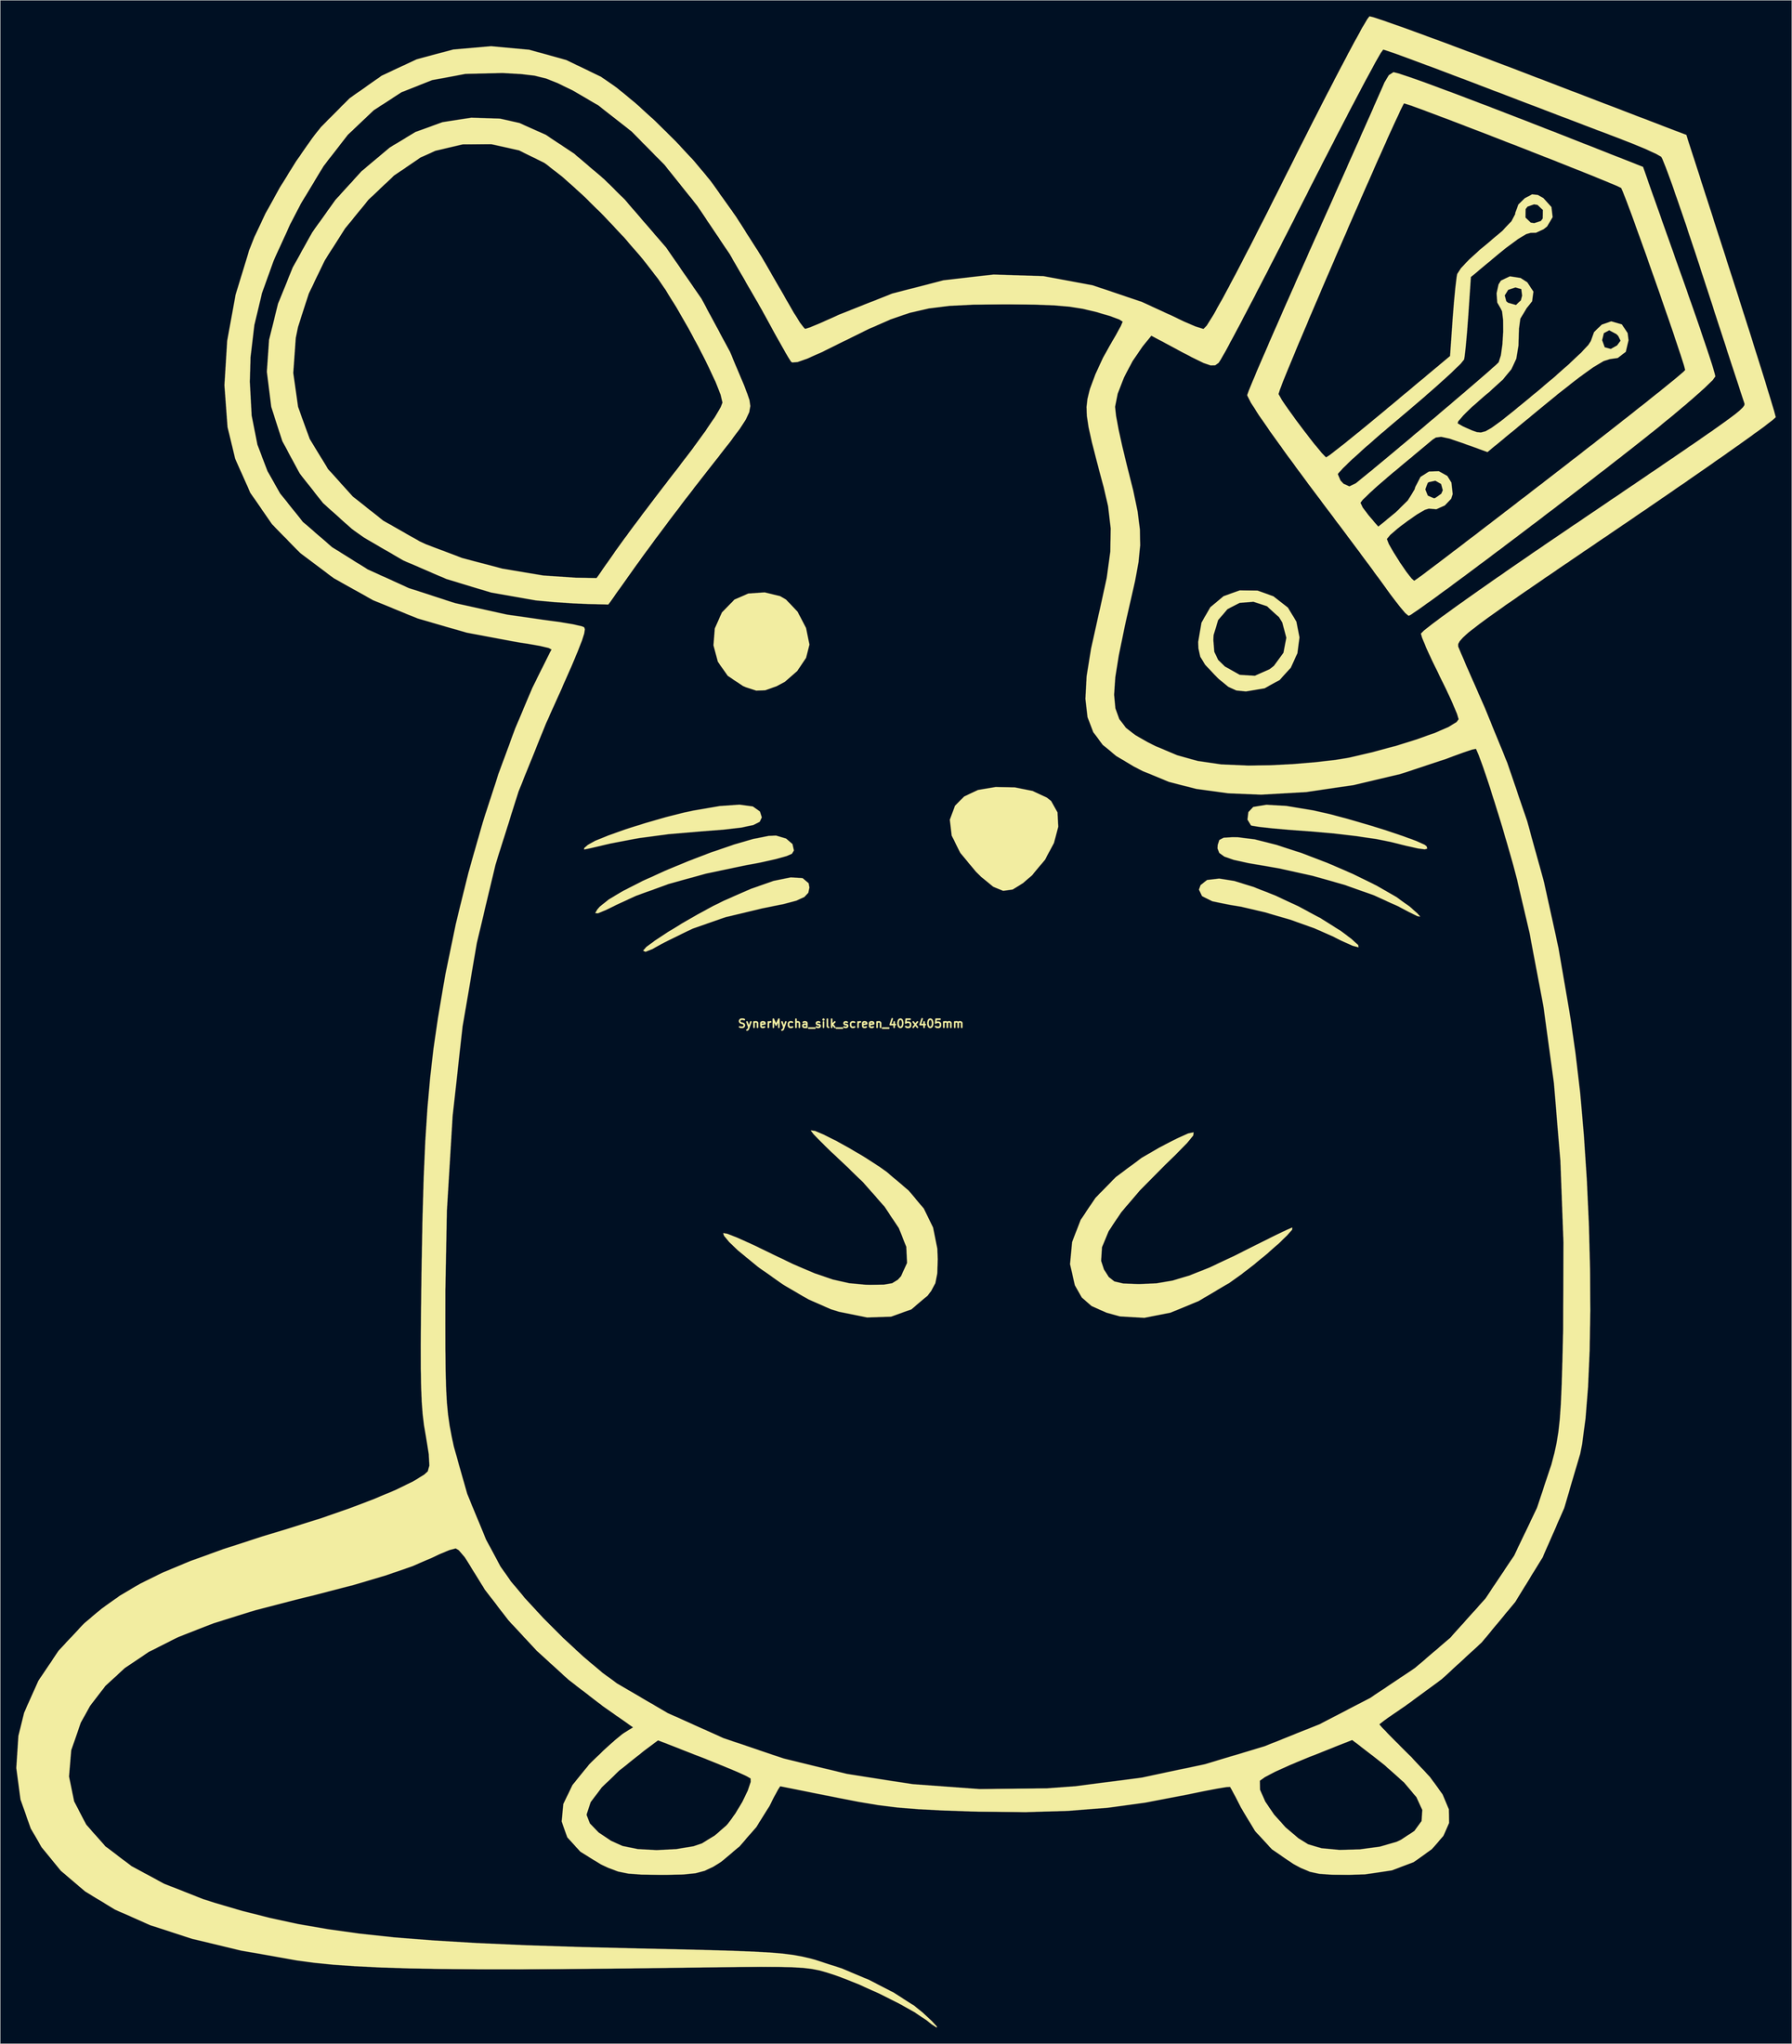
<source format=kicad_pcb>
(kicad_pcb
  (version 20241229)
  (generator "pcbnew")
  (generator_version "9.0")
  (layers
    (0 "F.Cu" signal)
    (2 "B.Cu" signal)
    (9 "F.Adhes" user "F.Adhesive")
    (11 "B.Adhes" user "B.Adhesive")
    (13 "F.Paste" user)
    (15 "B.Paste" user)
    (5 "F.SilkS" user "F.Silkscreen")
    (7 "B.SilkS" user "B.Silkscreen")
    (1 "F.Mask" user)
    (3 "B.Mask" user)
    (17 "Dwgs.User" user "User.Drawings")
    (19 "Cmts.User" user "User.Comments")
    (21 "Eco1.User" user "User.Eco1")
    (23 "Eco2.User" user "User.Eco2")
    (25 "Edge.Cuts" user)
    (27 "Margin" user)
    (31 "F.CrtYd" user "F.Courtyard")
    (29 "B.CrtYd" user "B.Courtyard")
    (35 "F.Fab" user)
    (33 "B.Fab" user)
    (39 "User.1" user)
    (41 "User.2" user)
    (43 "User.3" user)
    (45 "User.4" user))
  (footprint "SynerMycha_silk_screen_405x405mm"
    (layer "F.Cu")
    (at 155.978 188.239)
    (property "Reference" "SynerMycha_silk_screen_405x405mm" (at 0 0 0) (layer "F.SilkS") (effects (font (size 1.524 1.524) (thickness 0.3))))
    (attr through_hole)
    (fp_poly (pts (xy -13.242 -79.888) (xy -12.115 -79.245) (xy -9.948 -76.949) (xy -8.387 -73.95) (xy -7.763 -70.887) (xy -7.762 -70.786) (xy -8.379 -68.352) (xy -10.014 -65.911) (xy -12.336 -63.881) (xy -13.879 -63.051) (xy -16.022 -62.298) (xy -17.696 -62.238) (xy -19.667 -62.878) (xy -20.168 -63.092) (xy -23.019 -65.008) (xy -24.867 -67.643) (xy -25.681 -70.695) (xy -25.432 -73.863) (xy -24.091 -76.844) (xy -21.751 -79.249) (xy -19.165 -80.367) (xy -16.121 -80.58) (xy -13.242 -79.888)) (stroke (width 0.01) (type solid)) (fill yes) (layer "F.SilkS"))
    (fp_poly (pts (xy 30.622 -44.142) (xy 33.979 -43.469) (xy 36.672 -42.218) (xy 37.432 -41.591) (xy 38.609 -39.483) (xy 38.752 -36.783) (xy 37.951 -33.752) (xy 36.295 -30.65) (xy 33.873 -27.74) (xy 32.184 -26.265) (xy 30.232 -25.069) (xy 28.461 -24.822) (xy 26.586 -25.596) (xy 24.324 -27.457) (xy 23.369 -28.399) (xy 20.465 -31.893) (xy 18.836 -35.154) (xy 18.495 -38.11) (xy 19.452 -40.691) (xy 21.177 -42.451) (xy 23.759 -43.658) (xy 27.061 -44.213) (xy 30.622 -44.142)) (stroke (width 0.01) (type solid)) (fill yes) (layer "F.SilkS"))
    (fp_poly (pts (xy 68.884 -27.092) (xy 71.661 -26.65) (xy 75.264 -25.54) (xy 79.37 -23.913) (xy 83.654 -21.914) (xy 87.79 -19.694) (xy 91.454 -17.399) (xy 93.565 -15.829) (xy 94.81 -14.681) (xy 94.873 -14.254) (xy 93.784 -14.544) (xy 91.57 -15.548) (xy 90.173 -16.254) (xy 86.593 -17.838) (xy 82.163 -19.409) (xy 77.435 -20.799) (xy 72.961 -21.838) (xy 70.787 -22.201) (xy 67.547 -22.875) (xy 65.625 -23.831) (xy 65.05 -25.049) (xy 65.357 -25.888) (xy 66.584 -26.837) (xy 68.795 -27.094) (xy 68.884 -27.092)) (stroke (width 0.01) (type solid)) (fill yes) (layer "F.SilkS"))
    (fp_poly (pts (xy -18.333 -40.584) (xy -17.016 -39.66) (xy -16.973 -39.585) (xy -16.647 -38.541) (xy -17.026 -37.732) (xy -18.256 -37.112) (xy -20.482 -36.631) (xy -23.847 -36.241) (xy -27.827 -35.936) (xy -34.05 -35.414) (xy -39.531 -34.687) (xy -44.935 -33.656) (xy -48.683 -32.784) (xy -49.871 -32.545) (xy -49.825 -32.835) (xy -49.189 -33.38) (xy -47.776 -34.165) (xy -45.303 -35.177) (xy -42.08 -36.316) (xy -38.419 -37.479) (xy -34.631 -38.566) (xy -31.028 -39.474) (xy -29.487 -39.81) (xy -24.534 -40.658) (xy -20.828 -40.916) (xy -18.333 -40.584)) (stroke (width 0.01) (type solid)) (fill yes) (layer "F.SilkS"))
    (fp_poly (pts (xy -9.028 -27.187) (xy -7.905 -26.234) (xy -7.761 -25.447) (xy -7.96 -24.453) (xy -8.696 -23.665) (xy -10.184 -22.99) (xy -12.636 -22.332) (xy -16.264 -21.596) (xy -16.492 -21.553) (xy -23.334 -19.924) (xy -29.598 -17.746) (xy -34.802 -15.204) (xy -37.096 -13.936) (xy -38.383 -13.429) (xy -38.805 -13.628) (xy -38.806 -13.656) (xy -38.226 -14.321) (xy -36.662 -15.489) (xy -34.372 -16.999) (xy -31.616 -18.69) (xy -28.656 -20.401) (xy -25.75 -21.971) (xy -23.771 -22.956) (xy -18.644 -25.205) (xy -14.446 -26.665) (xy -11.224 -27.328) (xy -9.028 -27.187)) (stroke (width 0.01) (type solid)) (fill yes) (layer "F.SilkS"))
    (fp_poly (pts (xy -12.119 -34.589) (xy -10.918 -33.555) (xy -10.651 -32.362) (xy -11.019 -31.738) (xy -11.987 -31.317) (xy -14.034 -30.753) (xy -16.846 -30.125) (xy -19.638 -29.593) (xy -27.156 -28.019) (xy -34.109 -26.082) (xy -40.171 -23.878) (xy -43.195 -22.495) (xy -45.801 -21.222) (xy -47.291 -20.618) (xy -47.781 -20.661) (xy -47.388 -21.333) (xy -46.945 -21.844) (xy -45.24 -23.213) (xy -42.465 -24.857) (xy -38.886 -26.67) (xy -34.768 -28.544) (xy -30.377 -30.372) (xy -25.979 -32.047) (xy -21.837 -33.463) (xy -18.219 -34.511) (xy -15.39 -35.085) (xy -13.977 -35.144) (xy -12.119 -34.589)) (stroke (width 0.01) (type solid)) (fill yes) (layer "F.SilkS"))
    (fp_poly (pts (xy 72.319 -34.837) (xy 75.486 -34.424) (xy 79.538 -33.403) (xy 84.158 -31.9) (xy 89.03 -30.045) (xy 93.835 -27.965) (xy 98.257 -25.789) (xy 101.977 -23.644) (xy 104.422 -21.881) (xy 105.898 -20.593) (xy 106.413 -19.995) (xy 105.897 -20.088) (xy 104.277 -20.873) (xy 102.306 -21.912) (xy 97.813 -23.963) (xy 92.331 -25.914) (xy 86.282 -27.634) (xy 80.088 -28.995) (xy 78.317 -29.305) (xy 74.337 -29.998) (xy 71.563 -30.606) (xy 69.803 -31.212) (xy 68.86 -31.895) (xy 68.541 -32.738) (xy 68.572 -33.385) (xy 68.869 -34.304) (xy 69.668 -34.744) (xy 71.348 -34.852) (xy 72.319 -34.837)) (stroke (width 0.01) (type solid)) (fill yes) (layer "F.SilkS"))
    (fp_poly (pts (xy 81.371 -40.686) (xy 86.297 -39.874) (xy 86.637 -39.805) (xy 89.579 -39.125) (xy 92.981 -38.222) (xy 96.568 -37.182) (xy 100.062 -36.095) (xy 103.189 -35.047) (xy 105.67 -34.126) (xy 107.232 -33.421) (xy 107.614 -33.134) (xy 107.729 -32.713) (xy 107.253 -32.575) (xy 105.988 -32.744) (xy 103.733 -33.245) (xy 100.894 -33.948) (xy 98.149 -34.502) (xy 94.453 -35.054) (xy 90.266 -35.544) (xy 86.048 -35.913) (xy 85.546 -35.947) (xy 81.891 -36.213) (xy 78.728 -36.493) (xy 76.329 -36.758) (xy 74.968 -36.98) (xy 74.786 -37.043) (xy 74.13 -38.133) (xy 74.297 -39.536) (xy 75.195 -40.492) (xy 75.199 -40.494) (xy 77.662 -40.893) (xy 81.371 -40.686)) (stroke (width 0.01) (type solid)) (fill yes) (layer "F.SilkS"))
    (fp_poly (pts (xy 76.023 -80.912) (xy 78.979 -79.85) (xy 81.675 -77.745) (xy 83.273 -75.105) (xy 83.844 -72.181) (xy 83.461 -69.224) (xy 82.198 -66.486) (xy 80.127 -64.216) (xy 77.321 -62.667) (xy 73.853 -62.089) (xy 73.825 -62.089) (xy 72.05 -62.263) (xy 70.524 -62.952) (xy 68.773 -64.409) (xy 67.993 -65.171) (xy 66.233 -67.062) (xy 65.303 -68.553) (xy 64.952 -70.151) (xy 64.914 -71.345) (xy 64.976 -71.709) (xy 67.733 -71.709) (xy 67.912 -69.487) (xy 68.649 -67.965) (xy 69.904 -66.738) (xy 72.671 -65.176) (xy 75.509 -65.007) (xy 78.276 -66.229) (xy 79.076 -66.871) (xy 80.861 -69.312) (xy 81.396 -72.12) (xy 80.645 -74.948) (xy 80.001 -75.976) (xy 77.775 -77.995) (xy 75.232 -78.845) (xy 72.665 -78.629) (xy 70.371 -77.449) (xy 68.645 -75.409) (xy 67.781 -72.611) (xy 67.733 -71.709) (xy 64.976 -71.709) (xy 65.524 -74.92) (xy 67.186 -77.812) (xy 69.653 -79.874) (xy 72.68 -80.957) (xy 76.023 -80.912)) (stroke (width 0.01) (type solid)) (fill yes) (layer "F.SilkS"))
    (fp_poly (pts (xy 63.99 20.902) (xy 62.817 22.328) (xy 60.562 24.624) (xy 58.709 26.42) (xy 54.025 31.155) (xy 50.528 35.25) (xy 48.178 38.768) (xy 46.939 41.775) (xy 46.773 44.334) (xy 47.307 45.951) (xy 48.193 47.358) (xy 49.262 48.175) (xy 50.901 48.56) (xy 53.499 48.67) (xy 54.023 48.673) (xy 57.076 48.529) (xy 60.079 48.023) (xy 63.313 47.065) (xy 67.058 45.565) (xy 71.594 43.432) (xy 73.796 42.33) (xy 76.906 40.765) (xy 79.545 39.462) (xy 81.468 38.539) (xy 82.431 38.115) (xy 82.489 38.1) (xy 82.467 38.499) (xy 81.54 39.569) (xy 79.922 41.121) (xy 77.827 42.968) (xy 75.469 44.921) (xy 73.063 46.791) (xy 70.823 48.39) (xy 70.769 48.426) (xy 64.979 51.853) (xy 59.698 54.028) (xy 54.833 54.973) (xy 50.291 54.711) (xy 47.795 54.025) (xy 44.996 52.769) (xy 43.174 51.199) (xy 41.894 48.938) (xy 41.871 48.882) (xy 40.959 44.95) (xy 41.346 40.836) (xy 42.956 36.667) (xy 45.711 32.568) (xy 49.534 28.666) (xy 54.348 25.088) (xy 57.612 23.184) (xy 60.891 21.488) (xy 63.039 20.518) (xy 64.068 20.311) (xy 63.99 20.902)) (stroke (width 0.01) (type solid)) (fill yes) (layer "F.SilkS"))
    (fp_poly (pts (xy -6.691 20.058) (xy -4.993 20.777) (xy -2.672 21.951) (xy -0.009 23.426) (xy 2.713 25.048) (xy 5.213 26.662) (xy 6.703 27.722) (xy 10.78 31.175) (xy 13.621 34.554) (xy 15.364 38.098) (xy 16.15 42.044) (xy 16.228 44.008) (xy 16.141 46.698) (xy 15.783 48.509) (xy 15.007 49.967) (xy 14.32 50.842) (xy 11.293 53.401) (xy 7.53 54.756) (xy 3.032 54.906) (xy -2.201 53.853) (xy -3.71 53.372) (xy -7.905 51.542) (xy -12.59 48.816) (xy -17.404 45.422) (xy -21.138 42.35) (xy -22.737 40.816) (xy -23.709 39.64) (xy -23.858 39.145) (xy -23.101 39.278) (xy -21.348 39.951) (xy -18.858 41.056) (xy -15.89 42.485) (xy -15.773 42.543) (xy -10.816 44.933) (xy -6.774 46.662) (xy -3.366 47.822) (xy -0.314 48.504) (xy 2.664 48.798) (xy 3.598 48.824) (xy 6.14 48.788) (xy 7.718 48.507) (xy 8.774 47.857) (xy 9.368 47.206) (xy 10.509 44.724) (xy 10.368 41.71) (xy 8.956 38.191) (xy 6.288 34.193) (xy 2.375 29.741) (xy -1.153 26.316) (xy -3.616 24.011) (xy -5.617 22.061) (xy -6.97 20.654) (xy -7.489 19.976) (xy -7.484 19.949) (xy -6.691 20.058)) (stroke (width 0.01) (type solid)) (fill yes) (layer "F.SilkS"))
    (fp_poly (pts (xy -65.586 -169.115) (xy -61.937 -168.296) (xy -57.026 -166.095) (xy -51.731 -162.58) (xy -46.093 -157.783) (xy -42.252 -153.978) (xy -34.523 -145.017) (xy -27.937 -135.487) (xy -22.594 -125.541) (xy -19.985 -119.331) (xy -19.373 -117.758) (xy -18.948 -116.513) (xy -18.793 -115.412) (xy -18.992 -114.271) (xy -19.628 -112.905) (xy -20.785 -111.13) (xy -22.546 -108.762) (xy -24.996 -105.616) (xy -27.87 -101.953) (xy -30.827 -98.129) (xy -33.976 -93.981) (xy -36.992 -89.94) (xy -39.552 -86.438) (xy -40.189 -85.549) (xy -45.329 -78.317) (xy -49.299 -78.411) (xy -52.043 -78.537) (xy -55.46 -78.781) (xy -58.823 -79.089) (xy -58.905 -79.098) (xy -67.219 -80.551) (xy -75.6 -83.09) (xy -83.641 -86.558) (xy -90.937 -90.796) (xy -93.278 -92.461) (xy -98.653 -97.281) (xy -103.005 -102.802) (xy -106.256 -108.849) (xy -108.329 -115.247) (xy -109.118 -121.584) (xy -104.217 -121.584) (xy -103.328 -115.26) (xy -101.146 -109.251) (xy -97.726 -103.644) (xy -93.125 -98.529) (xy -87.399 -93.993) (xy -80.601 -90.125) (xy -79.46 -89.593) (xy -72.671 -87.018) (xy -65.146 -85.024) (xy -57.486 -83.746) (xy -51.459 -83.325) (xy -47.531 -83.256) (xy -43.955 -88.371) (xy -42.323 -90.639) (xy -40.043 -93.716) (xy -37.342 -97.301) (xy -34.444 -101.094) (xy -32.184 -104.017) (xy -29.497 -107.548) (xy -27.208 -110.709) (xy -25.443 -113.313) (xy -24.33 -115.176) (xy -23.989 -116.061) (xy -24.34 -117.537) (xy -25.305 -119.953) (xy -26.748 -123.051) (xy -28.537 -126.575) (xy -30.537 -130.265) (xy -32.615 -133.867) (xy -34.635 -137.121) (xy -36.026 -139.171) (xy -38.902 -142.889) (xy -42.39 -146.926) (xy -46.211 -150.996) (xy -50.088 -154.817) (xy -53.742 -158.105) (xy -56.894 -160.576) (xy -57.327 -160.873) (xy -62.007 -163.185) (xy -67.178 -164.339) (xy -72.506 -164.319) (xy -77.654 -163.111) (xy -80.408 -161.87) (xy -85.386 -158.482) (xy -90.16 -153.964) (xy -94.536 -148.596) (xy -98.319 -142.66) (xy -101.315 -136.437) (xy -103.33 -130.207) (xy -103.757 -128.134) (xy -104.217 -121.584) (xy -109.118 -121.584) (xy -109.147 -121.818) (xy -108.737 -127.796) (xy -107.052 -134.544) (xy -104.308 -141.312) (xy -100.677 -147.856) (xy -96.331 -153.934) (xy -91.44 -159.302) (xy -86.177 -163.718) (xy -81.365 -166.626) (xy -76.341 -168.449) (xy -70.925 -169.293) (xy -65.586 -169.115)) (stroke (width 0.01) (type solid)) (fill yes) (layer "F.SilkS"))
    (fp_poly (pts (xy 102.444 -177.542) (xy 104.684 -176.794) (xy 108.034 -175.592) (xy 112.394 -173.973) (xy 117.666 -171.976) (xy 123.749 -169.636) (xy 130.545 -166.992) (xy 135.586 -165.014) (xy 148.053 -160.105) (xy 149.096 -157.134) (xy 149.626 -155.632) (xy 150.547 -153.029) (xy 151.779 -149.551) (xy 153.24 -145.428) (xy 154.85 -140.887) (xy 155.856 -138.052) (xy 157.451 -133.516) (xy 158.875 -129.391) (xy 160.062 -125.874) (xy 160.947 -123.159) (xy 161.464 -121.442) (xy 161.572 -120.944) (xy 161.042 -120.23) (xy 159.559 -118.789) (xy 157.282 -116.76) (xy 154.371 -114.285) (xy 150.984 -111.502) (xy 149.418 -110.244) (xy 145.912 -107.47) (xy 141.903 -104.34) (xy 137.53 -100.959) (xy 132.932 -97.43) (xy 128.246 -93.857) (xy 123.612 -90.347) (xy 119.167 -87.001) (xy 115.05 -83.926) (xy 111.4 -81.225) (xy 108.355 -79.003) (xy 106.054 -77.363) (xy 104.635 -76.411) (xy 104.242 -76.209) (xy 103.613 -76.74) (xy 102.411 -78.16) (xy 100.862 -80.196) (xy 100.361 -80.889) (xy 98.756 -83.103) (xy 96.536 -86.118) (xy 93.938 -89.614) (xy 91.202 -93.267) (xy 89.764 -95.176) (xy 85.327 -101.093) (xy 81.571 -106.192) (xy 78.533 -110.418) (xy 76.252 -113.718) (xy 74.766 -116.036) (xy 74.112 -117.321) (xy 74.083 -117.477) (xy 74.146 -117.655) (xy 79.917 -117.655) (xy 79.919 -117.643) (xy 80.516 -116.599) (xy 81.702 -114.856) (xy 83.256 -112.707) (xy 84.957 -110.444) (xy 86.584 -108.359) (xy 87.914 -106.746) (xy 88.729 -105.896) (xy 88.847 -105.833) (xy 89.51 -106.266) (xy 91.086 -107.475) (xy 93.406 -109.326) (xy 96.305 -111.686) (xy 99.616 -114.422) (xy 100.657 -115.289) (xy 111.98 -124.746) (xy 112.478 -131.694) (xy 112.728 -134.836) (xy 112.989 -137.57) (xy 113.223 -139.504) (xy 113.328 -140.097) (xy 114.014 -141.157) (xy 115.558 -142.79) (xy 117.689 -144.722) (xy 118.924 -145.741) (xy 121.75 -148.137) (xy 123.457 -149.936) (xy 123.82 -150.628) (xy 126.081 -150.628) (xy 127.076 -149.68) (xy 127.722 -149.578) (xy 128.958 -150) (xy 129.307 -150.46) (xy 129.33 -152.055) (xy 128.335 -153.004) (xy 127.689 -153.106) (xy 126.453 -152.683) (xy 126.104 -152.224) (xy 126.081 -150.628) (xy 123.82 -150.628) (xy 124.147 -151.251) (xy 124.173 -151.502) (xy 124.757 -153.066) (xy 125.942 -154.229) (xy 127.323 -154.975) (xy 128.408 -154.855) (xy 129.469 -154.229) (xy 130.931 -152.603) (xy 131.15 -150.717) (xy 130.125 -148.965) (xy 129.5 -148.475) (xy 128.034 -147.796) (xy 127.045 -147.786) (xy 126.228 -147.555) (xy 124.621 -146.568) (xy 122.495 -145.003) (xy 121.101 -143.876) (xy 115.88 -139.52) (xy 115.403 -132.378) (xy 115.169 -129.243) (xy 114.926 -126.563) (xy 114.708 -124.701) (xy 114.599 -124.108) (xy 113.98 -123.338) (xy 112.434 -121.822) (xy 110.124 -119.71) (xy 107.216 -117.151) (xy 103.874 -114.294) (xy 102.645 -113.262) (xy 99.215 -110.356) (xy 96.185 -107.713) (xy 93.715 -105.48) (xy 91.963 -103.798) (xy 91.087 -102.815) (xy 91.017 -102.658) (xy 91.511 -101.5) (xy 92.075 -100.894) (xy 93.176 -100.384) (xy 94.368 -100.981) (xy 96 -102.291) (xy 98.33 -104.206) (xy 101.18 -106.576) (xy 104.369 -109.247) (xy 107.717 -112.067) (xy 111.045 -114.884) (xy 114.172 -117.546) (xy 116.919 -119.901) (xy 119.105 -121.796) (xy 120.552 -123.079) (xy 121.073 -123.586) (xy 121.485 -124.88) (xy 121.77 -126.94) (xy 121.913 -129.307) (xy 121.896 -131.522) (xy 121.701 -133.128) (xy 121.444 -133.648) (xy 120.817 -134.737) (xy 120.717 -136.083) (xy 122.209 -136.083) (xy 122.505 -134.983) (xy 122.84 -134.701) (xy 124.304 -134.283) (xy 125.229 -135.158) (xy 125.462 -136.051) (xy 125.31 -137.26) (xy 124.205 -137.583) (xy 122.857 -137.122) (xy 122.209 -136.083) (xy 120.717 -136.083) (xy 120.689 -136.464) (xy 121.052 -138.15) (xy 121.497 -138.853) (xy 123.175 -139.638) (xy 125.167 -139.333) (xy 126.415 -138.532) (xy 127.57 -136.788) (xy 127.326 -134.98) (xy 126.294 -133.703) (xy 125.125 -131.733) (xy 124.876 -129.889) (xy 124.773 -126.675) (xy 124.36 -124.263) (xy 123.44 -122.273) (xy 121.82 -120.325) (xy 119.303 -118.039) (xy 118.416 -117.29) (xy 116.164 -115.322) (xy 114.461 -113.671) (xy 113.508 -112.544) (xy 113.403 -112.171) (xy 114.389 -111.609) (xy 116.047 -110.878) (xy 116.176 -110.826) (xy 116.99 -110.54) (xy 117.747 -110.463) (xy 118.626 -110.705) (xy 119.807 -111.374) (xy 121.47 -112.578) (xy 123.794 -114.428) (xy 126.96 -117.03) (xy 128.347 -118.177) (xy 131.517 -120.86) (xy 134.27 -123.302) (xy 136.431 -125.339) (xy 137.828 -126.81) (xy 138.289 -127.529) (xy 138.358 -127.723) (xy 140.406 -127.723) (xy 140.886 -126.386) (xy 142.037 -126.081) (xy 143.203 -126.732) (xy 143.858 -127.622) (xy 143.428 -128.499) (xy 143.094 -128.847) (xy 141.74 -129.571) (xy 140.727 -129.035) (xy 140.406 -127.723) (xy 138.358 -127.723) (xy 138.893 -129.216) (xy 140.343 -130.625) (xy 142.094 -131.233) (xy 142.138 -131.233) (xy 144.101 -130.664) (xy 145.175 -129.043) (xy 145.344 -127.706) (xy 144.835 -125.551) (xy 143.323 -124.389) (xy 141.842 -124.178) (xy 140.689 -123.817) (xy 138.805 -122.697) (xy 136.11 -120.762) (xy 132.524 -117.955) (xy 129.505 -115.493) (xy 118.978 -106.809) (xy 114.427 -108.461) (xy 111.914 -109.316) (xy 110.337 -109.658) (xy 109.335 -109.532) (xy 108.737 -109.15) (xy 107.749 -108.324) (xy 105.949 -106.821) (xy 103.606 -104.87) (xy 101.424 -103.054) (xy 98.969 -100.964) (xy 96.978 -99.175) (xy 95.667 -97.889) (xy 95.25 -97.33) (xy 95.671 -96.449) (xy 96.706 -95.052) (xy 96.913 -94.807) (xy 98.576 -92.873) (xy 101.806 -95.52) (xy 104.075 -97.745) (xy 105.36 -99.815) (xy 105.366 -99.835) (xy 107.356 -99.835) (xy 107.833 -98.677) (xy 108.942 -98.179) (xy 109.174 -98.205) (xy 110.352 -99.018) (xy 110.64 -99.67) (xy 110.317 -100.858) (xy 109.229 -101.464) (xy 107.991 -101.192) (xy 107.809 -101.036) (xy 107.356 -99.835) (xy 105.366 -99.835) (xy 105.501 -100.284) (xy 106.464 -102.164) (xy 108.061 -103.167) (xy 109.87 -103.243) (xy 111.471 -102.339) (xy 112.238 -101.105) (xy 112.482 -98.957) (xy 112.184 -98.074) (xy 111.007 -96.836) (xy 109.416 -96.132) (xy 108.053 -96.245) (xy 108.038 -96.254) (xy 107.271 -96.022) (xy 105.797 -95.146) (xy 103.983 -93.894) (xy 102.199 -92.536) (xy 100.813 -91.34) (xy 100.194 -90.575) (xy 100.189 -90.534) (xy 100.54 -89.638) (xy 101.426 -88.073) (xy 102.596 -86.219) (xy 103.799 -84.46) (xy 104.786 -83.177) (xy 105.293 -82.748) (xy 105.942 -83.198) (xy 107.593 -84.425) (xy 110.13 -86.341) (xy 113.439 -88.858) (xy 117.406 -91.89) (xy 121.915 -95.35) (xy 126.854 -99.149) (xy 130.87 -102.245) (xy 136.046 -106.253) (xy 140.861 -110.004) (xy 145.203 -113.409) (xy 148.96 -116.381) (xy 152.02 -118.829) (xy 154.271 -120.665) (xy 155.602 -121.8) (xy 155.928 -122.141) (xy 155.702 -123.021) (xy 155.075 -124.996) (xy 154.126 -127.845) (xy 152.934 -131.345) (xy 151.574 -135.274) (xy 150.127 -139.411) (xy 148.67 -143.534) (xy 147.28 -147.42) (xy 146.037 -150.848) (xy 145.017 -153.596) (xy 144.3 -155.441) (xy 143.969 -156.156) (xy 143.225 -156.522) (xy 141.377 -157.305) (xy 138.619 -158.43) (xy 135.144 -159.823) (xy 131.146 -161.407) (xy 126.817 -163.108) (xy 122.352 -164.849) (xy 117.944 -166.557) (xy 113.787 -168.154) (xy 110.073 -169.567) (xy 106.997 -170.719) (xy 104.752 -171.536) (xy 103.532 -171.941) (xy 103.366 -171.967) (xy 102.662 -170.56) (xy 101.527 -168.121) (xy 100.031 -164.817) (xy 98.247 -160.81) (xy 96.244 -156.268) (xy 94.095 -151.354) (xy 91.871 -146.234) (xy 89.643 -141.073) (xy 87.482 -136.036) (xy 85.46 -131.288) (xy 83.647 -126.993) (xy 82.115 -123.318) (xy 80.935 -120.426) (xy 80.179 -118.483) (xy 79.917 -117.655) (xy 74.146 -117.655) (xy 74.363 -118.275) (xy 75.162 -120.224) (xy 76.422 -123.187) (xy 78.083 -127.029) (xy 80.086 -131.612) (xy 82.372 -136.802) (xy 84.883 -142.461) (xy 86.508 -146.107) (xy 89.157 -152.041) (xy 91.649 -157.631) (xy 93.921 -162.735) (xy 95.908 -167.208) (xy 97.546 -170.907) (xy 98.773 -173.688) (xy 99.524 -175.407) (xy 99.716 -175.86) (xy 100.552 -177.247) (xy 101.413 -177.8) (xy 102.444 -177.542)) (stroke (width 0.01) (type solid)) (fill yes) (layer "F.SilkS"))
    (fp_poly (pts (xy 97.751 -188.031) (xy 99.754 -187.368) (xy 102.797 -186.296) (xy 106.743 -184.865) (xy 111.454 -183.125) (xy 116.792 -181.127) (xy 122.62 -178.92) (xy 126.98 -177.255) (xy 156.145 -166.073) (xy 164.503 -140.099) (xy 166.361 -134.304) (xy 168.075 -128.918) (xy 169.597 -124.092) (xy 170.882 -119.977) (xy 171.881 -116.722) (xy 172.549 -114.478) (xy 172.838 -113.395) (xy 172.846 -113.33) (xy 172.276 -112.792) (xy 170.644 -111.543) (xy 168.061 -109.662) (xy 164.636 -107.225) (xy 160.478 -104.309) (xy 155.698 -100.993) (xy 150.405 -97.353) (xy 144.709 -93.466) (xy 142.886 -92.228) (xy 136.187 -87.681) (xy 130.568 -83.853) (xy 125.937 -80.676) (xy 122.203 -78.083) (xy 119.274 -76.004) (xy 117.059 -74.372) (xy 115.467 -73.118) (xy 114.406 -72.175) (xy 113.785 -71.475) (xy 113.512 -70.948) (xy 113.497 -70.528) (xy 113.549 -70.356) (xy 114.044 -69.169) (xy 114.994 -66.969) (xy 116.277 -64.033) (xy 117.773 -60.636) (xy 118.379 -59.267) (xy 122.685 -48.733) (xy 126.394 -37.843) (xy 129.565 -26.37) (xy 132.26 -14.084) (xy 134.538 -0.757) (xy 135.436 5.588) (xy 136.299 12.969) (xy 137.003 20.872) (xy 137.547 29.094) (xy 137.928 37.433) (xy 138.144 45.687) (xy 138.193 53.652) (xy 138.072 61.126) (xy 137.778 67.906) (xy 137.311 73.79) (xy 136.666 78.574) (xy 136.291 80.433) (xy 133.314 90.54) (xy 129.293 99.725) (xy 124.175 108.062) (xy 117.909 115.628) (xy 110.443 122.497) (xy 103.54 127.561) (xy 101.337 129.054) (xy 99.675 130.229) (xy 98.83 130.887) (xy 98.778 130.954) (xy 99.249 131.505) (xy 100.532 132.842) (xy 102.429 134.762) (xy 104.703 137.024) (xy 108.241 140.795) (xy 110.582 144.015) (xy 111.758 146.825) (xy 111.801 149.37) (xy 110.742 151.792) (xy 108.614 154.234) (xy 108.537 154.306) (xy 105.202 156.688) (xy 101.117 158.226) (xy 96.093 158.979) (xy 93.133 159.08) (xy 89.866 159.052) (xy 87.566 158.883) (xy 85.787 158.485) (xy 84.087 157.773) (xy 82.678 157.024) (xy 78.696 154.295) (xy 75.525 150.855) (xy 72.939 146.553) (xy 71.911 144.536) (xy 71.151 143.101) (xy 70.874 142.632) (xy 70.143 142.678) (xy 68.307 142.981) (xy 65.639 143.491) (xy 62.413 144.159) (xy 62.244 144.196) (xy 55.028 145.571) (xy 47.934 146.538) (xy 40.598 147.123) (xy 32.655 147.355) (xy 23.741 147.263) (xy 22.578 147.231) (xy 17.051 147.041) (xy 12.554 146.804) (xy 8.704 146.481) (xy 5.121 146.033) (xy 1.422 145.422) (xy -2.469 144.669) (xy -6.134 143.929) (xy -9.27 143.3) (xy -11.637 142.829) (xy -12.991 142.565) (xy -13.217 142.525) (xy -13.592 143.099) (xy -14.396 144.59) (xy -15.23 146.226) (xy -17.666 150.13) (xy -20.814 153.754) (xy -24.255 156.648) (xy -25.753 157.574) (xy -27.341 158.309) (xy -29.061 158.767) (xy -31.3 159.005) (xy -34.442 159.084) (xy -35.653 159.085) (xy -39.09 159.032) (xy -41.562 158.844) (xy -43.512 158.439) (xy -45.386 157.739) (xy -46.748 157.101) (xy -50.558 154.74) (xy -52.993 152.067) (xy -54.054 149.094) (xy -53.939 147.915) (xy -49.389 147.915) (xy -48.772 149.465) (xy -47.14 151.157) (xy -44.827 152.709) (xy -42.686 153.665) (xy -39.843 154.263) (xy -36.297 154.458) (xy -32.62 154.269) (xy -29.384 153.714) (xy -27.84 153.19) (xy -25.471 151.75) (xy -23.291 149.862) (xy -22.969 149.502) (xy -21.582 147.609) (xy -20.282 145.422) (xy -19.262 143.328) (xy -18.717 141.713) (xy -18.733 141.053) (xy -19.465 140.632) (xy -21.259 139.82) (xy -23.857 138.726) (xy -27.002 137.461) (xy -27.53 137.254) (xy -36.036 133.928) (xy -38.655 135.884) (xy -43.28 139.575) (xy -46.602 142.771) (xy -48.632 145.485) (xy -49.384 147.731) (xy -49.389 147.915) (xy -53.939 147.915) (xy -53.737 145.834) (xy -52.043 142.301) (xy -48.971 138.506) (xy -48.456 137.981) (xy -46.254 135.848) (xy -44.223 134.008) (xy -42.712 132.772) (xy -42.401 132.559) (xy -40.704 131.504) (xy -46.363 127.538) (xy -52.753 122.621) (xy -58.724 117.176) (xy -64.031 111.462) (xy -68.428 105.738) (xy -70.961 101.629) (xy -72.17 99.696) (xy -73.278 98.404) (xy -73.866 98.072) (xy -75.016 98.374) (xy -76.896 99.146) (xy -78.164 99.754) (xy -81.922 101.381) (xy -86.961 103.129) (xy -93.159 104.958) (xy -100.395 106.83) (xy -102.159 107.255) (xy -111.267 109.605) (xy -119.07 112.038) (xy -125.673 114.612) (xy -131.183 117.387) (xy -135.705 120.423) (xy -139.345 123.777) (xy -142.209 127.511) (xy -143.935 130.645) (xy -145.717 135.778) (xy -146.124 140.684) (xy -145.181 145.333) (xy -142.91 149.693) (xy -139.334 153.733) (xy -134.477 157.421) (xy -128.363 160.727) (xy -121.014 163.619) (xy -118.862 164.313) (xy -113.739 165.809) (xy -108.618 167.115) (xy -103.358 168.247) (xy -97.818 169.219) (xy -91.856 170.046) (xy -85.331 170.744) (xy -78.102 171.328) (xy -70.027 171.812) (xy -60.965 172.213) (xy -50.775 172.544) (xy -39.343 172.822) (xy -32.331 172.975) (xy -26.568 173.118) (xy -21.892 173.26) (xy -18.14 173.413) (xy -15.151 173.587) (xy -12.763 173.792) (xy -10.813 174.039) (xy -9.139 174.338) (xy -7.58 174.699) (xy -6.703 174.931) (xy -1.7 176.56) (xy 3.318 178.663) (xy 7.952 181.043) (xy 11.803 183.505) (xy 13.406 184.789) (xy 15.154 186.416) (xy 16.053 187.39) (xy 16.058 187.62) (xy 15.122 187.012) (xy 14.111 186.224) (xy 11.965 184.774) (xy 8.881 183.046) (xy 5.25 181.233) (xy 1.467 179.527) (xy -2.078 178.121) (xy -3.175 177.741) (xy -4.579 177.289) (xy -5.879 176.932) (xy -7.249 176.662) (xy -8.868 176.468) (xy -10.912 176.344) (xy -13.556 176.281) (xy -16.979 176.27) (xy -21.355 176.303) (xy -26.862 176.371) (xy -30.692 176.424) (xy -42.301 176.573) (xy -52.603 176.674) (xy -61.701 176.724) (xy -69.699 176.721) (xy -76.699 176.664) (xy -82.804 176.55) (xy -88.119 176.378) (xy -92.745 176.145) (xy -96.787 175.85) (xy -100.347 175.491) (xy -103.529 175.066) (xy -103.573 175.059) (xy -113.962 173.22) (xy -123.041 171.045) (xy -130.881 168.501) (xy -137.55 165.553) (xy -143.118 162.167) (xy -147.654 158.307) (xy -151.228 153.94) (xy -153.274 150.404) (xy -155.195 144.993) (xy -155.973 139.102) (xy -155.585 133.106) (xy -154.524 128.787) (xy -151.874 122.836) (xy -148.049 117.145) (xy -143.282 112.057) (xy -143.244 112.023) (xy -140.028 109.322) (xy -136.608 106.89) (xy -132.808 104.647) (xy -128.45 102.509) (xy -123.359 100.397) (xy -117.357 98.228) (xy -110.268 95.921) (xy -104.713 94.225) (xy -99.16 92.476) (xy -93.911 90.66) (xy -89.154 88.854) (xy -85.081 87.136) (xy -81.882 85.586) (xy -79.746 84.28) (xy -79.08 83.678) (xy -78.782 82.583) (xy -78.898 80.421) (xy -79.436 77.056) (xy -79.475 76.852) (xy -79.78 75.036) (xy -80.018 73.061) (xy -80.193 70.759) (xy -80.309 67.959) (xy -80.371 64.493) (xy -80.381 60.191) (xy -80.345 54.884) (xy -80.266 48.402) (xy -80.224 45.508) (xy -80.06 36.566) (xy -79.837 28.792) (xy -79.538 21.945) (xy -79.142 15.783) (xy -78.63 10.064) (xy -77.981 4.545) (xy -77.176 -1.015) (xy -76.197 -6.858) (xy -75.78 -9.172) (xy -73.847 -18.59) (xy -71.493 -28.151) (xy -68.801 -37.603) (xy -65.854 -46.691) (xy -62.734 -55.162) (xy -59.524 -62.761) (xy -56.307 -69.237) (xy -55.93 -69.916) (xy -56.467 -70.193) (xy -58.101 -70.578) (xy -60.531 -71.003) (xy -61.745 -71.182) (xy -71.772 -73.052) (xy -80.972 -75.715) (xy -89.279 -79.122) (xy -96.626 -83.224) (xy -102.947 -87.971) (xy -108.174 -93.315) (xy -112.241 -99.206) (xy -115.082 -105.595) (xy -116.496 -111.478) (xy -117.071 -119.3) (xy -117.031 -119.944) (xy -112.331 -119.944) (xy -111.99 -113.624) (xy -110.921 -108.175) (xy -109.018 -103.204) (xy -106.675 -99.074) (xy -102.431 -93.77) (xy -96.955 -89.03) (xy -90.323 -84.89) (xy -82.611 -81.386) (xy -73.897 -78.556) (xy -64.257 -76.437) (xy -57.503 -75.455) (xy -54.467 -75.051) (xy -51.96 -74.635) (xy -50.312 -74.266) (xy -49.857 -74.079) (xy -49.724 -73.696) (xy -49.845 -72.9) (xy -50.273 -71.554) (xy -51.065 -69.521) (xy -52.273 -66.665) (xy -53.952 -62.848) (xy -56.157 -57.933) (xy -56.989 -56.092) (xy -62.117 -43.382) (xy -66.418 -29.741) (xy -69.9 -15.126) (xy -72.569 0.504) (xy -74.433 17.19) (xy -75.499 34.976) (xy -75.782 49.742) (xy -75.793 55.99) (xy -75.78 61.029) (xy -75.733 65.062) (xy -75.64 68.291) (xy -75.492 70.919) (xy -75.276 73.147) (xy -74.983 75.178) (xy -74.602 77.215) (xy -74.218 79.022) (xy -71.7 87.907) (xy -68.185 96.414) (xy -65.497 101.432) (xy -63.588 104.163) (xy -60.821 107.479) (xy -57.462 111.113) (xy -53.777 114.798) (xy -50.033 118.266) (xy -46.494 121.251) (xy -43.739 123.281) (xy -34.27 128.819) (xy -23.824 133.514) (xy -12.584 137.325) (xy -0.733 140.21) (xy 11.545 142.129) (xy 24.066 143.04) (xy 36.648 142.903) (xy 41.981 142.515) (xy 49.735 141.502) (xy 76.44 141.502) (xy 76.476 143.169) (xy 77.437 145.367) (xy 79.1 147.806) (xy 81.244 150.193) (xy 83.648 152.237) (xy 85.423 153.336) (xy 87.969 154.104) (xy 91.371 154.423) (xy 95.155 154.314) (xy 98.849 153.8) (xy 101.978 152.903) (xy 102.811 152.524) (xy 105.329 150.857) (xy 106.665 149.018) (xy 106.797 146.938) (xy 105.704 144.549) (xy 103.363 141.78) (xy 99.752 138.563) (xy 97.888 137.089) (xy 93.698 133.864) (xy 85.246 137.223) (xy 82.039 138.555) (xy 79.334 139.787) (xy 77.391 140.794) (xy 76.472 141.447) (xy 76.44 141.502) (xy 49.735 141.502) (xy 54.373 140.896) (xy 66.199 138.389) (xy 77.337 135.039) (xy 87.67 130.895) (xy 97.077 126.004) (xy 105.438 120.413) (xy 111.99 114.804) (xy 118.567 107.484) (xy 123.97 99.405) (xy 128.221 90.528) (xy 130.922 82.413) (xy 131.475 80.301) (xy 131.91 78.333) (xy 132.247 76.288) (xy 132.504 73.942) (xy 132.701 71.073) (xy 132.857 67.458) (xy 132.993 62.876) (xy 133.125 57.15) (xy 133.185 40.885) (xy 132.617 25.626) (xy 131.395 11.101) (xy 129.489 -2.959) (xy 126.873 -16.827) (xy 124.543 -26.811) (xy 123.701 -29.99) (xy 122.664 -33.644) (xy 121.512 -37.519) (xy 120.327 -41.358) (xy 119.189 -44.908) (xy 118.178 -47.913) (xy 117.374 -50.119) (xy 116.859 -51.271) (xy 116.8 -51.349) (xy 116.104 -51.204) (xy 114.412 -50.645) (xy 112.038 -49.78) (xy 111.046 -49.403) (xy 102.668 -46.634) (xy 93.891 -44.57) (xy 85.099 -43.271) (xy 76.677 -42.796) (xy 70.539 -43.045) (xy 64.584 -43.853) (xy 59.444 -45.183) (xy 54.572 -47.19) (xy 52.878 -48.056) (xy 49.59 -50.022) (xy 47.079 -52.103) (xy 45.307 -54.466) (xy 44.239 -57.278) (xy 43.839 -60.707) (xy 43.881 -61.457) (xy 49.201 -61.457) (xy 49.44 -58.904) (xy 50.165 -56.903) (xy 51.4 -55.289) (xy 53.172 -53.902) (xy 55.506 -52.576) (xy 57.061 -51.804) (xy 60.931 -50.173) (xy 64.858 -49.07) (xy 69.196 -48.439) (xy 74.3 -48.221) (xy 78.669 -48.289) (xy 82.741 -48.5) (xy 86.879 -48.847) (xy 90.576 -49.281) (xy 93.133 -49.709) (xy 97.57 -50.74) (xy 101.856 -51.901) (xy 105.777 -53.118) (xy 109.121 -54.316) (xy 111.674 -55.419) (xy 113.222 -56.352) (xy 113.594 -56.896) (xy 113.292 -57.897) (xy 112.472 -59.852) (xy 111.267 -62.46) (xy 110.067 -64.911) (xy 108.642 -67.83) (xy 107.493 -70.338) (xy 106.751 -72.137) (xy 106.539 -72.881) (xy 107.106 -73.456) (xy 108.73 -74.733) (xy 111.296 -76.631) (xy 114.687 -79.066) (xy 118.789 -81.956) (xy 123.484 -85.219) (xy 128.658 -88.773) (xy 133.526 -92.082) (xy 140.661 -96.911) (xy 146.714 -101.012) (xy 151.773 -104.449) (xy 155.926 -107.283) (xy 159.261 -109.577) (xy 161.864 -111.395) (xy 163.824 -112.798) (xy 165.228 -113.85) (xy 166.163 -114.613) (xy 166.718 -115.15) (xy 166.98 -115.524) (xy 167.036 -115.797) (xy 166.977 -116.024) (xy 166.69 -116.873) (xy 166.021 -118.901) (xy 165.025 -121.943) (xy 163.755 -125.835) (xy 162.265 -130.412) (xy 160.608 -135.511) (xy 159.464 -139.036) (xy 157.712 -144.387) (xy 156.065 -149.32) (xy 154.58 -153.671) (xy 153.315 -157.276) (xy 152.326 -159.97) (xy 151.672 -161.591) (xy 151.453 -161.99) (xy 150.482 -162.548) (xy 148.501 -163.45) (xy 145.826 -164.559) (xy 143.581 -165.432) (xy 140.973 -166.422) (xy 137.313 -167.815) (xy 132.869 -169.509) (xy 127.906 -171.403) (xy 122.691 -173.395) (xy 118.311 -175.069) (xy 113.53 -176.889) (xy 109.173 -178.532) (xy 105.418 -179.932) (xy 102.438 -181.025) (xy 100.41 -181.747) (xy 99.507 -182.031) (xy 99.487 -182.033) (xy 99.054 -181.423) (xy 98.054 -179.677) (xy 96.554 -176.919) (xy 94.62 -173.275) (xy 92.317 -168.87) (xy 89.712 -163.828) (xy 86.87 -158.275) (xy 84.335 -153.282) (xy 81.323 -147.35) (xy 78.475 -141.785) (xy 75.861 -136.718) (xy 73.548 -132.281) (xy 71.606 -128.604) (xy 70.104 -125.82) (xy 69.109 -124.059) (xy 68.722 -123.472) (xy 68.088 -123.038) (xy 67.233 -123.012) (xy 65.882 -123.475) (xy 63.759 -124.51) (xy 61.903 -125.49) (xy 56.153 -128.567) (xy 54.525 -126.549) (xy 52.651 -123.819) (xy 51.029 -120.728) (xy 49.872 -117.743) (xy 49.392 -115.335) (xy 49.389 -115.182) (xy 49.565 -113.566) (xy 50.044 -110.962) (xy 50.75 -107.74) (xy 51.533 -104.561) (xy 52.765 -99.627) (xy 53.589 -95.686) (xy 54.02 -92.383) (xy 54.074 -89.363) (xy 53.766 -86.273) (xy 53.113 -82.759) (xy 52.592 -80.433) (xy 51.143 -74.049) (xy 50.078 -68.867) (xy 49.422 -64.724) (xy 49.201 -61.457) (xy 43.881 -61.457) (xy 44.071 -64.92) (xy 44.899 -70.083) (xy 46.287 -76.366) (xy 46.557 -77.477) (xy 47.816 -83.275) (xy 48.48 -88.166) (xy 48.562 -92.52) (xy 48.071 -96.706) (xy 47.259 -100.237) (xy 45.973 -105.025) (xy 45.042 -108.687) (xy 44.434 -111.456) (xy 44.116 -113.562) (xy 44.056 -115.237) (xy 44.223 -116.714) (xy 44.585 -118.223) (xy 44.709 -118.658) (xy 45.7 -121.35) (xy 47.129 -124.425) (xy 48.302 -126.556) (xy 49.555 -128.7) (xy 50.452 -130.36) (xy 50.8 -131.179) (xy 50.8 -131.183) (xy 50.171 -131.583) (xy 48.508 -132.2) (xy 46.145 -132.912) (xy 45.685 -133.038) (xy 43.337 -133.587) (xy 40.857 -133.974) (xy 37.938 -134.224) (xy 34.276 -134.36) (xy 29.565 -134.407) (xy 28.575 -134.408) (xy 22.973 -134.352) (xy 18.417 -134.127) (xy 14.547 -133.649) (xy 11.002 -132.834) (xy 7.419 -131.598) (xy 3.437 -129.857) (xy -1.306 -127.527) (xy -1.544 -127.406) (xy -5.381 -125.511) (xy -8.136 -124.273) (xy -9.945 -123.64) (xy -10.946 -123.559) (xy -11.179 -123.7) (xy -11.747 -124.598) (xy -12.838 -126.491) (xy -14.311 -129.129) (xy -16.025 -132.261) (xy -16.613 -133.35) (xy -22.64 -143.797) (xy -28.711 -152.841) (xy -34.832 -160.49) (xy -41.011 -166.752) (xy -47.253 -171.634) (xy -52.036 -174.423) (xy -54.821 -175.765) (xy -57.016 -176.636) (xy -59.118 -177.158) (xy -61.624 -177.454) (xy -65.03 -177.645) (xy -65.138 -177.65) (xy -72.032 -177.487) (xy -78.281 -176.311) (xy -83.971 -174.062) (xy -89.189 -170.679) (xy -94.02 -166.099) (xy -98.551 -160.262) (xy -102.867 -153.106) (xy -104.797 -149.369) (xy -107.886 -142.594) (xy -110.084 -136.451) (xy -111.489 -130.561) (xy -112.198 -124.546) (xy -112.331 -119.944) (xy -117.031 -119.944) (xy -116.56 -127.629) (xy -115.011 -136.131) (xy -112.471 -144.471) (xy -111.458 -147.047) (xy -109.403 -151.397) (xy -106.713 -156.26) (xy -103.699 -161.122) (xy -100.672 -165.469) (xy -99.04 -167.542) (xy -93.692 -172.919) (xy -87.682 -177.147) (xy -81.166 -180.197) (xy -74.302 -182.042) (xy -67.244 -182.653) (xy -60.15 -182.003) (xy -53.176 -180.063) (xy -46.679 -176.926) (xy -43.778 -174.913) (xy -40.299 -172.056) (xy -36.53 -168.627) (xy -32.755 -164.897) (xy -29.261 -161.14) (xy -26.334 -157.627) (xy -26.113 -157.339) (xy -21.46 -150.795) (xy -16.677 -143.279) (xy -12.072 -135.29) (xy -10.676 -132.852) (xy -9.489 -130.974) (xy -8.694 -129.938) (xy -8.516 -129.822) (xy -7.668 -130.101) (xy -5.861 -130.848) (xy -3.41 -131.93) (xy -2.032 -132.56) (xy 7.726 -136.426) (xy 17.284 -138.901) (xy 26.682 -139.986) (xy 35.96 -139.68) (xy 45.157 -137.983) (xy 54.315 -134.895) (xy 59.778 -132.39) (xy 62.298 -131.183) (xy 64.42 -130.281) (xy 65.764 -129.841) (xy 65.931 -129.822) (xy 66.524 -130.457) (xy 67.701 -132.341) (xy 69.447 -135.447) (xy 71.746 -139.747) (xy 74.583 -145.213) (xy 77.944 -151.817) (xy 81.513 -158.926) (xy 84.495 -164.868) (xy 87.309 -170.411) (xy 89.888 -175.429) (xy 92.166 -179.795) (xy 94.077 -183.385) (xy 95.555 -186.071) (xy 96.533 -187.728) (xy 96.926 -188.234) (xy 97.751 -188.031)) (stroke (width 0.01) (type solid)) (fill yes) (layer "F.SilkS")))
  (gr_rect
    (start -3 -3)
    (end 331.829 378.864)
    (stroke (width 0.1) (type default))
    (fill no)
    (layer "Edge.Cuts")))
</source>
